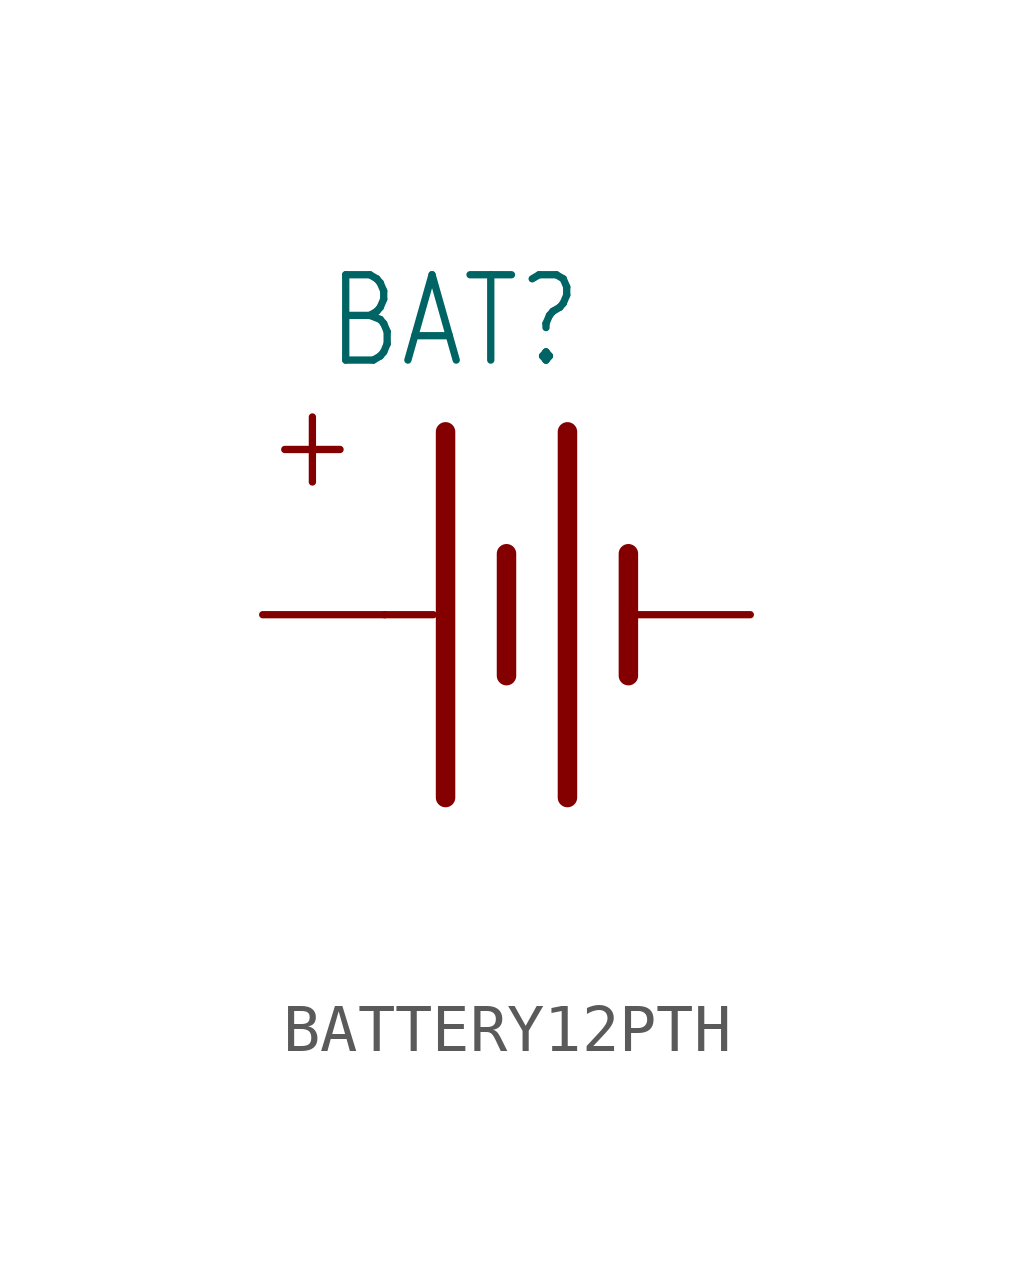
<source format=kicad_sym>
(kicad_symbol_lib
  (version 20241209)
  (generator "kicad_symbol_editor")
  (generator_version "9.0")
  (symbol "BATTERY12PTH"
    (property "Reference" "BAT"
      (at -3.81 5.08 0)
      (effects (font (size 1.778 1.511)) (justify left bottom)))
    (property "Value" ""
      (at -3.81 -6.35 0)
      (effects (font (size 1.778 1.511)) (justify left bottom)))
    (property "ki_locked" ""
      (at 0 0 0)
      (effects (font (size 1.27 1.27))))
    (symbol "BATTERY12PTH_1_0"
      (polyline (pts (xy -2.54 0) (xy -1.524 0)) (stroke (width 0.152) (type solid)) (fill (type none)))
      (polyline (pts (xy -1.27 3.81) (xy -1.27 -3.81)) (stroke (width 0.406) (type solid)) (fill (type none)))
      (polyline (pts (xy 0 1.27) (xy 0 -1.27)) (stroke (width 0.406) (type solid)) (fill (type none)))
      (polyline (pts (xy 1.27 3.81) (xy 1.27 -3.81)) (stroke (width 0.406) (type solid)) (fill (type none)))
      (polyline (pts (xy 2.54 1.27) (xy 2.54 -1.27)) (stroke (width 0.406) (type solid)) (fill (type none)))
      (text "+" (at -5.08 2.54 0) (effects (font (size 1.778 1.511)) (justify left bottom)))
      (pin power_in line (at -5.08 0 0) (length 2.54) (name "+" (effects (font (size 0 0)))) (number "VCC@1" (effects (font (size 0 0)))))
      (pin power_in line (at 5.08 0 180) (length 2.54) (name "-" (effects (font (size 0 0)))) (number "GND" (effects (font (size 0 0))))))))
</source>
